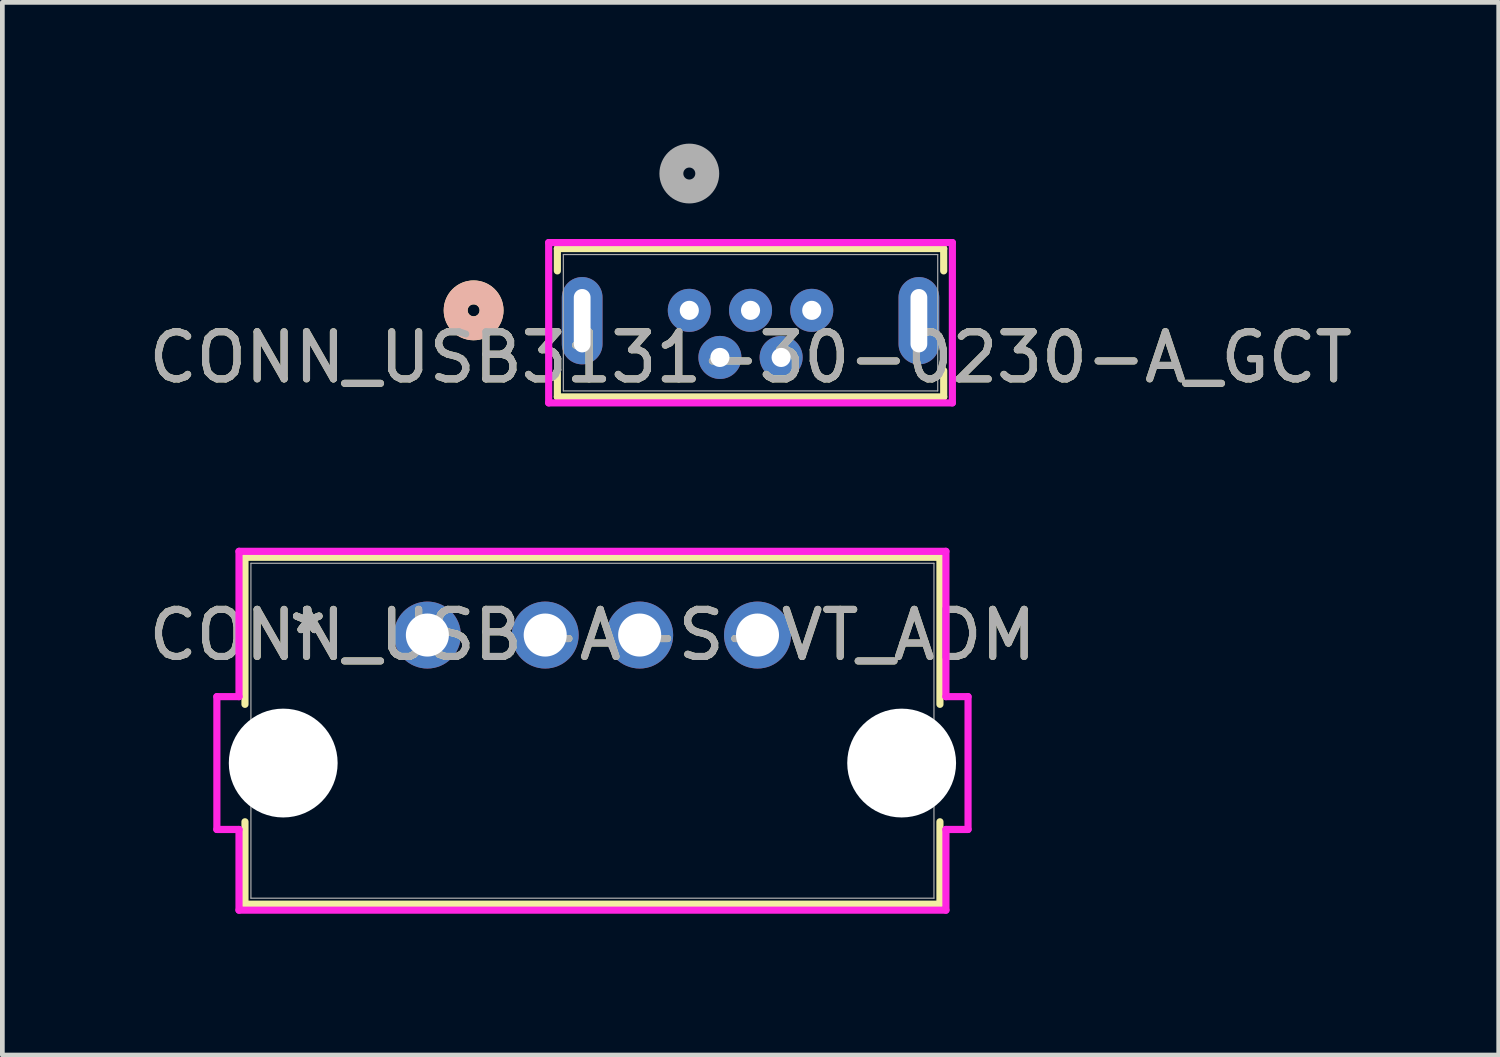
<source format=kicad_pcb>
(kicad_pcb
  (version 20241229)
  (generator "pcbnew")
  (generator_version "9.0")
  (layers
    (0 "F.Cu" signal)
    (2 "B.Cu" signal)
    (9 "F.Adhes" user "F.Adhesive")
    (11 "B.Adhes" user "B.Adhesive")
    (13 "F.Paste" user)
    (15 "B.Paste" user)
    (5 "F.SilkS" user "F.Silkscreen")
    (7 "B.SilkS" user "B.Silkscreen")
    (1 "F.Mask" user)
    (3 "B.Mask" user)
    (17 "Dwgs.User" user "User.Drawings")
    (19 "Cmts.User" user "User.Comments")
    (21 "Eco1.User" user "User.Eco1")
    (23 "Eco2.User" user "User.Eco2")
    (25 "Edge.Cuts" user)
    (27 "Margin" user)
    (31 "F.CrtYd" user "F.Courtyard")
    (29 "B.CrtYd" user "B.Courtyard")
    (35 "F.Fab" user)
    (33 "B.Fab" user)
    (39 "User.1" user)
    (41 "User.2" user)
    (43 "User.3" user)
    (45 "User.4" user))
  (footprint "CONN_USB3131-30-0230-A_GCT"
    (layer "F.Cu")
    (at 11.587 3.54)
    (property "Reference" "CONN_USB3131-30-0230-A_GCT" (at 1.3 1 0) (unlocked yes) (layer "F.SilkS") (effects (font (size 1 1) (thickness 0.15))))
    (attr through_hole)
    (fp_line (start -2.802 -1.312) (end -2.802 -0.838) (stroke (width 0.152) (type solid)) (layer "F.SilkS"))
    (fp_line (start -2.802 1.278) (end -2.802 1.838) (stroke (width 0.152) (type solid)) (layer "F.SilkS"))
    (fp_line (start -2.802 1.838) (end 5.402 1.838) (stroke (width 0.152) (type solid)) (layer "F.SilkS"))
    (fp_line (start 5.402 -1.312) (end -2.802 -1.312) (stroke (width 0.152) (type solid)) (layer "F.SilkS"))
    (fp_line (start 5.402 -0.838) (end 5.402 -1.312) (stroke (width 0.152) (type solid)) (layer "F.SilkS"))
    (fp_line (start 5.402 1.838) (end 5.402 1.278) (stroke (width 0.152) (type solid)) (layer "F.SilkS"))
    (fp_circle (center -4.58 0) (end -4.199 0) (stroke (width 0.508) (type solid)) (fill no) (layer "F.SilkS"))
    (fp_circle (center -4.58 0) (end -4.199 0) (stroke (width 0.508) (type solid)) (fill no) (layer "B.SilkS"))
    (fp_line (start -2.986 -1.439) (end -2.986 1.965) (stroke (width 0.152) (type solid)) (layer "F.CrtYd"))
    (fp_line (start -2.986 1.965) (end 5.586 1.965) (stroke (width 0.152) (type solid)) (layer "F.CrtYd"))
    (fp_line (start 5.586 -1.439) (end -2.986 -1.439) (stroke (width 0.152) (type solid)) (layer "F.CrtYd"))
    (fp_line (start 5.586 1.965) (end 5.586 -1.439) (stroke (width 0.152) (type solid)) (layer "F.CrtYd"))
    (fp_line (start -2.675 -1.185) (end -2.675 1.711) (stroke (width 0.025) (type solid)) (layer "F.Fab"))
    (fp_line (start -2.675 1.711) (end 5.275 1.711) (stroke (width 0.025) (type solid)) (layer "F.Fab"))
    (fp_line (start 5.275 -1.185) (end -2.675 -1.185) (stroke (width 0.025) (type solid)) (layer "F.Fab"))
    (fp_line (start 5.275 1.711) (end 5.275 -1.185) (stroke (width 0.025) (type solid)) (layer "F.Fab"))
    (fp_circle (center 0 -2.905) (end 0.381 -2.905) (stroke (width 0.508) (type solid)) (fill no) (layer "F.Fab"))
    (fp_text user "${REFERENCE}" (at 1.3 1 0) (unlocked yes) (layer "F.Fab") (effects (font (size 1 1) (thickness 0.15))))
    (pad "1" thru_hole circle (at 0 0) (size 0.914 0.914) (drill 0.406) (layers "*.Cu" "*.Mask"))
    (pad "2" thru_hole circle (at 0.65 1) (size 0.914 0.914) (drill 0.406) (layers "*.Cu" "*.Mask"))
    (pad "3" thru_hole circle (at 1.3 0) (size 0.914 0.914) (drill 0.406) (layers "*.Cu" "*.Mask"))
    (pad "4" thru_hole circle (at 1.95 1) (size 0.914 0.914) (drill 0.406) (layers "*.Cu" "*.Mask"))
    (pad "5" thru_hole circle (at 2.6 0) (size 0.914 0.914) (drill 0.406) (layers "*.Cu" "*.Mask"))
    (pad "S_1" thru_hole oval (at -2.275 0.22 90) (size 1.854 0.864) (drill oval 1.346 0.356) (layers "*.Cu" "*.Mask"))
    (pad "S_2" thru_hole oval (at 4.875 0.22 90) (size 1.854 0.864) (drill oval 1.346 0.356) (layers "*.Cu" "*.Mask")))
  (footprint "CONN_USB-A-S-VT_ADM"
    (layer "F.Cu")
    (at 6.025 10.435)
    (property "Reference" "CONN_USB-A-S-VT_ADM" (at 3.505 0 0) (unlocked yes) (layer "F.SilkS") (effects (font (size 1 1) (thickness 0.15))))
    (attr through_hole)
    (fp_line (start -3.873 -1.651) (end -3.873 1.471) (stroke (width 0.152) (type solid)) (layer "F.SilkS"))
    (fp_line (start -3.873 3.965) (end -3.873 5.715) (stroke (width 0.152) (type solid)) (layer "F.SilkS"))
    (fp_line (start -3.873 5.715) (end 10.884 5.715) (stroke (width 0.152) (type solid)) (layer "F.SilkS"))
    (fp_line (start 10.884 -1.651) (end -3.873 -1.651) (stroke (width 0.152) (type solid)) (layer "F.SilkS"))
    (fp_line (start 10.884 1.471) (end 10.884 -1.651) (stroke (width 0.152) (type solid)) (layer "F.SilkS"))
    (fp_line (start 10.884 5.715) (end 10.884 3.965) (stroke (width 0.152) (type solid)) (layer "F.SilkS"))
    (fp_line (start -4.47 1.308) (end -4.47 4.128) (stroke (width 0.152) (type solid)) (layer "F.CrtYd"))
    (fp_line (start -4.47 4.128) (end -4 4.128) (stroke (width 0.152) (type solid)) (layer "F.CrtYd"))
    (fp_line (start -4 -1.778) (end -4 1.308) (stroke (width 0.152) (type solid)) (layer "F.CrtYd"))
    (fp_line (start -4 1.308) (end -4.47 1.308) (stroke (width 0.152) (type solid)) (layer "F.CrtYd"))
    (fp_line (start -4 4.128) (end -4 5.842) (stroke (width 0.152) (type solid)) (layer "F.CrtYd"))
    (fp_line (start -4 5.842) (end 11.011 5.842) (stroke (width 0.152) (type solid)) (layer "F.CrtYd"))
    (fp_line (start 11.011 -1.778) (end -4 -1.778) (stroke (width 0.152) (type solid)) (layer "F.CrtYd"))
    (fp_line (start 11.011 1.308) (end 11.011 -1.778) (stroke (width 0.152) (type solid)) (layer "F.CrtYd"))
    (fp_line (start 11.011 4.128) (end 11.481 4.128) (stroke (width 0.152) (type solid)) (layer "F.CrtYd"))
    (fp_line (start 11.011 5.842) (end 11.011 4.128) (stroke (width 0.152) (type solid)) (layer "F.CrtYd"))
    (fp_line (start 11.481 1.308) (end 11.011 1.308) (stroke (width 0.152) (type solid)) (layer "F.CrtYd"))
    (fp_line (start 11.481 4.128) (end 11.481 1.308) (stroke (width 0.152) (type solid)) (layer "F.CrtYd"))
    (fp_line (start -3.747 -1.524) (end -3.747 5.588) (stroke (width 0.025) (type solid)) (layer "F.Fab"))
    (fp_line (start -3.747 5.588) (end 10.757 5.588) (stroke (width 0.025) (type solid)) (layer "F.Fab"))
    (fp_line (start 10.757 -1.524) (end -3.747 -1.524) (stroke (width 0.025) (type solid)) (layer "F.Fab"))
    (fp_line (start 10.757 5.588) (end 10.757 -1.524) (stroke (width 0.025) (type solid)) (layer "F.Fab"))
    (fp_text user "*" (at -2.54 0 0) (layer "F.SilkS") (effects (font (size 1 1) (thickness 0.15))))
    (fp_text user "*" (at -2.54 0 0) (unlocked yes) (layer "F.SilkS") (effects (font (size 1 1) (thickness 0.15))))
    (fp_text user "*" (at -2.54 0 0) (layer "F.Fab") (effects (font (size 1 1) (thickness 0.15))))
    (fp_text user "${REFERENCE}" (at 3.505 0 0) (unlocked yes) (layer "F.Fab") (effects (font (size 1 1) (thickness 0.15))))
    (fp_text user "*" (at -2.54 0 0) (unlocked yes) (layer "F.Fab") (effects (font (size 1 1) (thickness 0.15))))
    (pad "" np_thru_hole circle (at -3.061 2.718) (size 2.311 2.311) (drill 2.311) (layers "*.Cu" "*.Mask"))
    (pad "" np_thru_hole circle (at 10.071 2.718) (size 2.311 2.311) (drill 2.311) (layers "*.Cu" "*.Mask"))
    (pad "1" thru_hole circle (at 0 0) (size 1.422 1.422) (drill 0.914) (layers "*.Cu" "*.Mask"))
    (pad "2" thru_hole circle (at 2.502 0) (size 1.422 1.422) (drill 0.914) (layers "*.Cu" "*.Mask"))
    (pad "3" thru_hole circle (at 4.508 0) (size 1.422 1.422) (drill 0.914) (layers "*.Cu" "*.Mask"))
    (pad "4" thru_hole circle (at 7.01 0) (size 1.422 1.422) (drill 0.914) (layers "*.Cu" "*.Mask")))
  (gr_rect
    (start -3 -3)
    (end 28.774 19.353)
    (stroke (width 0.1) (type default))
    (fill no)
    (layer "Edge.Cuts")))
</source>
